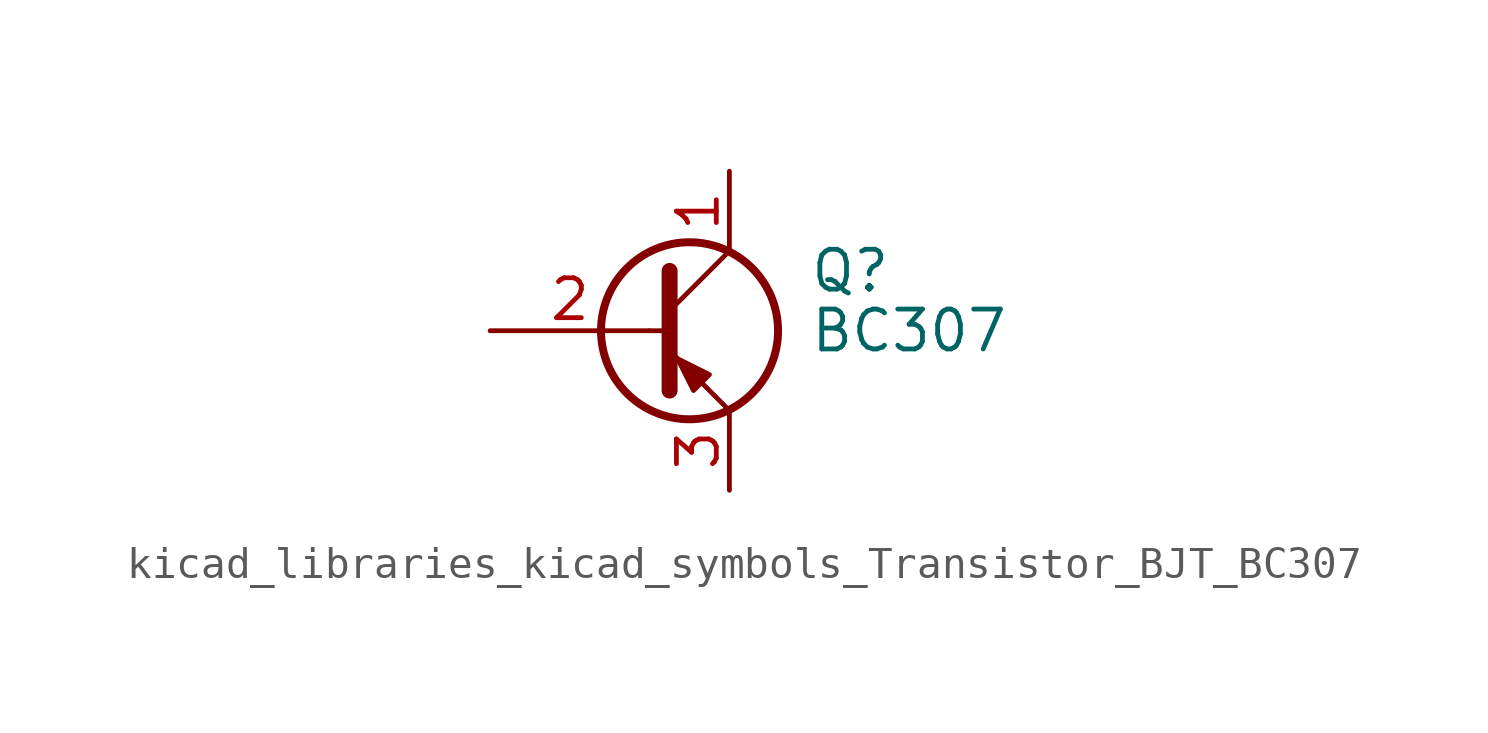
<source format=kicad_sym>
(kicad_symbol_lib
  (version 20220914)
  (generator kicad_symbol_editor)
  (symbol "kicad_libraries_kicad_symbols_Transistor_BJT_BC307"
    (pin_names
      (offset 0) hide)
    (property "Reference" "Q"
      (at 5.08 1.905 0)
      (effects (font (size 1.27 1.27)) (justify left)))
    (property "Value" "BC307"
      (at 5.08 0 0)
      (effects (font (size 1.27 1.27)) (justify left)))
    (symbol "kicad_libraries_kicad_symbols_Transistor_BJT_BC307_0_1"
      (polyline (pts (xy 0 0) (xy 0.635 0)) (stroke (width 0) (type default)) (fill (type none)))
      (polyline (pts (xy 2.54 -2.54) (xy 0.635 -0.635)) (stroke (width 0) (type default)) (fill (type none)))
      (polyline (pts (xy 2.54 2.54) (xy 0.635 0.635)) (stroke (width 0) (type default)) (fill (type none)))
      (polyline (pts (xy 0.635 1.905) (xy 0.635 -1.905) (xy 0.635 -1.905)) (stroke (width 0.508) (type default)) (fill (type outline)))
      (polyline (pts (xy 1.397 -1.905) (xy 1.905 -1.397) (xy 0.889 -0.889) (xy 1.397 -1.905) (xy 1.397 -1.905)) (stroke (width 0) (type default)) (fill (type outline)))
      (circle (center 1.27 0) (radius 2.819) (stroke (width 0.254) (type default)) (fill (type none))))
    (symbol "kicad_libraries_kicad_symbols_Transistor_BJT_BC307_1_1"
      (pin passive line (at 2.54 5.08 270) (length 2.54) (name "C" (effects (font (size 1.27 1.27)))) (number "1" (effects (font (size 1.27 1.27)))))
      (pin input line (at -5.08 0 0) (length 5.08) (name "B" (effects (font (size 1.27 1.27)))) (number "2" (effects (font (size 1.27 1.27)))))
      (pin passive line (at 2.54 -5.08 90) (length 2.54) (name "E" (effects (font (size 1.27 1.27)))) (number "3" (effects (font (size 1.27 1.27))))))))
</source>
